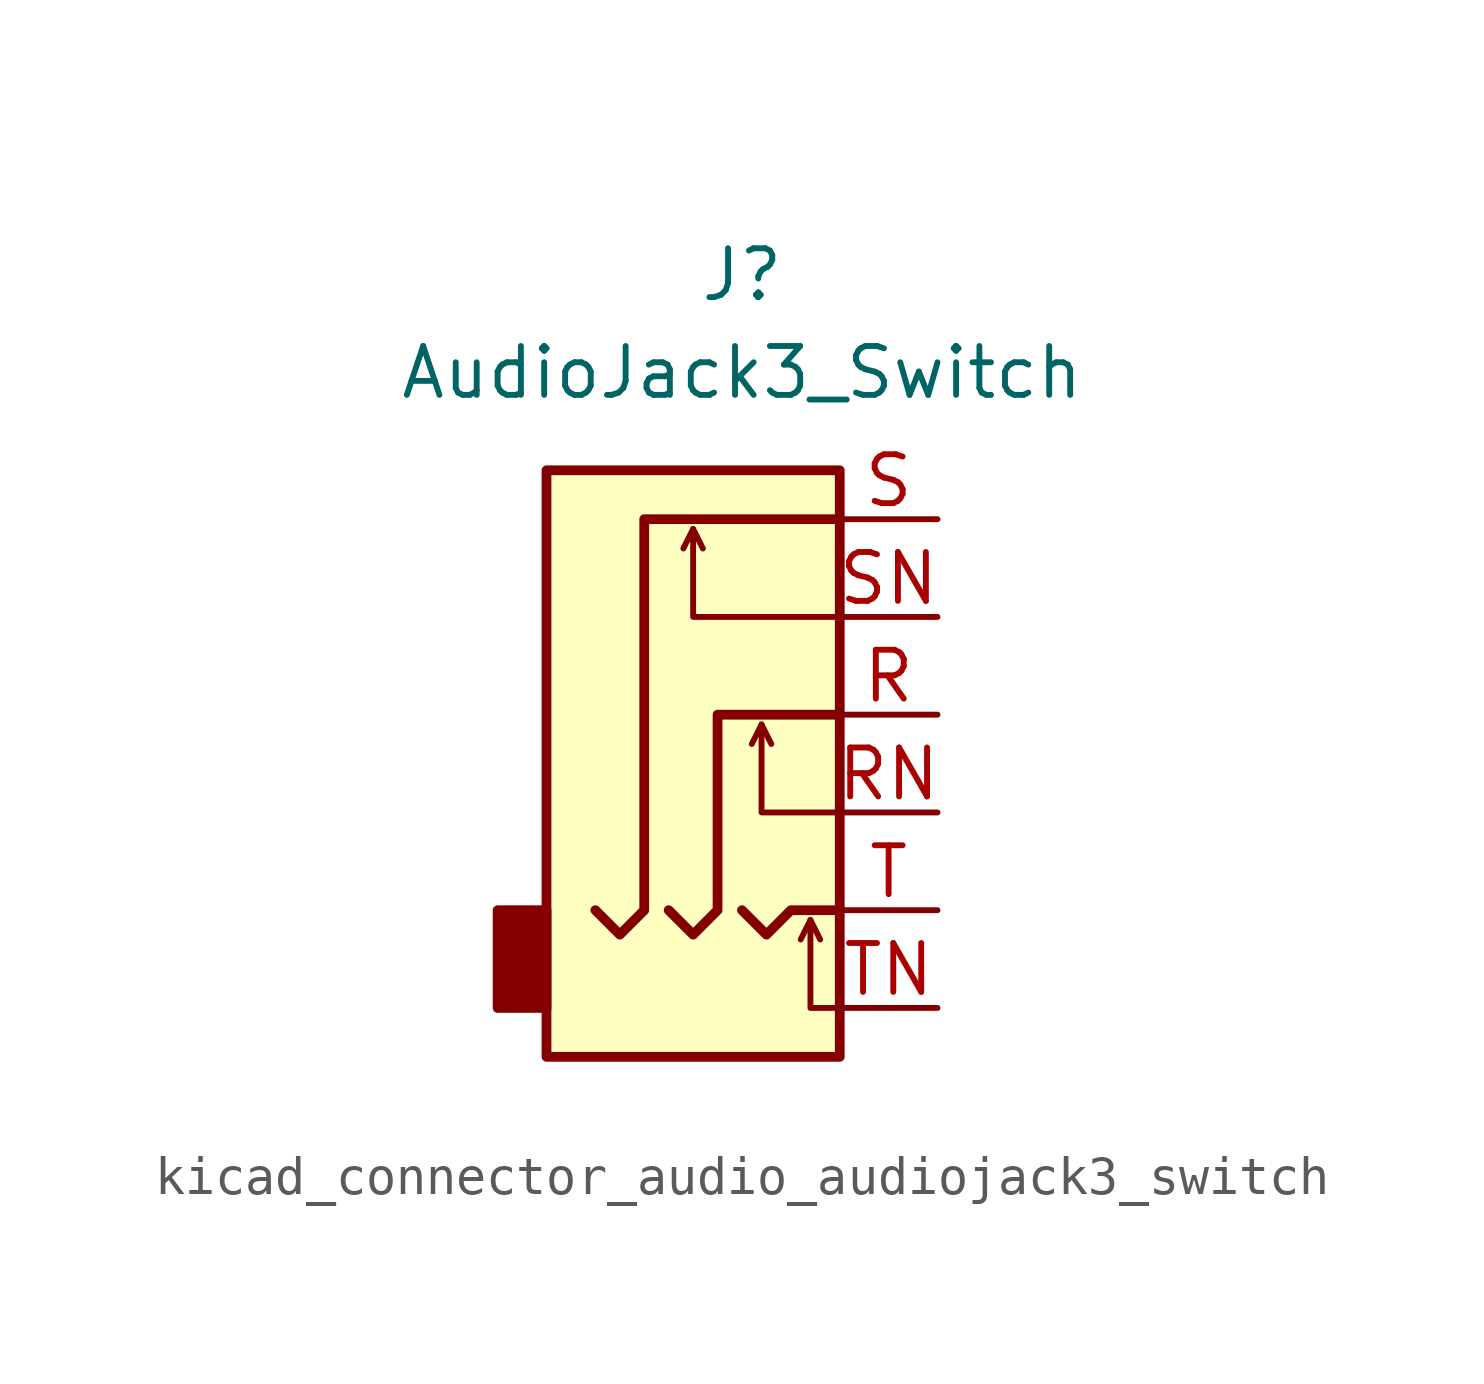
<source format=kicad_sym>
(kicad_symbol_lib
  (version 20220914)
  (generator kicad_symbol_editor)
  (symbol "kicad_connector_audio_audiojack3_switch"
    (property "Reference" "J"
      (at 0 11.43 0)
      (effects (font (size 1.27 1.27))))
    (property "Value" "AudioJack3_Switch"
      (at 0 8.89 0)
      (effects (font (size 1.27 1.27))))
    (symbol "kicad_connector_audio_audiojack3_switch_0_1"
      (rectangle (start -5.08 -5.08) (end -6.35 -7.62) (stroke (width 0.254) (type default)) (fill (type outline)))
      (polyline (pts (xy -1.27 4.826) (xy -1.016 4.318)) (stroke (width 0) (type default)) (fill (type none)))
      (polyline (pts (xy 0.508 -0.254) (xy 0.762 -0.762)) (stroke (width 0) (type default)) (fill (type none)))
      (polyline (pts (xy 1.778 -5.334) (xy 2.032 -5.842)) (stroke (width 0) (type default)) (fill (type none)))
      (polyline (pts (xy 0 -5.08) (xy 0.635 -5.715) (xy 1.27 -5.08) (xy 2.54 -5.08)) (stroke (width 0.254) (type default)) (fill (type none)))
      (polyline (pts (xy 2.54 -7.62) (xy 1.778 -7.62) (xy 1.778 -5.334) (xy 1.524 -5.842)) (stroke (width 0) (type default)) (fill (type none)))
      (polyline (pts (xy 2.54 -2.54) (xy 0.508 -2.54) (xy 0.508 -0.254) (xy 0.254 -0.762)) (stroke (width 0) (type default)) (fill (type none)))
      (polyline (pts (xy 2.54 2.54) (xy -1.27 2.54) (xy -1.27 4.826) (xy -1.524 4.318)) (stroke (width 0) (type default)) (fill (type none)))
      (polyline (pts (xy -1.905 -5.08) (xy -1.27 -5.715) (xy -0.635 -5.08) (xy -0.635 0) (xy 2.54 0)) (stroke (width 0.254) (type default)) (fill (type none)))
      (polyline (pts (xy 2.54 5.08) (xy -2.54 5.08) (xy -2.54 -5.08) (xy -3.175 -5.715) (xy -3.81 -5.08)) (stroke (width 0.254) (type default)) (fill (type none)))
      (rectangle (start 2.54 6.35) (end -5.08 -8.89) (stroke (width 0.254) (type default)) (fill (type background))))
    (symbol "kicad_connector_audio_audiojack3_switch_1_1"
      (pin passive line (at 5.08 0 180) (length 2.54) (name "~" (effects (font (size 1.27 1.27)))) (number "R" (effects (font (size 1.27 1.27)))))
      (pin passive line (at 5.08 -2.54 180) (length 2.54) (name "~" (effects (font (size 1.27 1.27)))) (number "RN" (effects (font (size 1.27 1.27)))))
      (pin passive line (at 5.08 5.08 180) (length 2.54) (name "~" (effects (font (size 1.27 1.27)))) (number "S" (effects (font (size 1.27 1.27)))))
      (pin passive line (at 5.08 2.54 180) (length 2.54) (name "~" (effects (font (size 1.27 1.27)))) (number "SN" (effects (font (size 1.27 1.27)))))
      (pin passive line (at 5.08 -5.08 180) (length 2.54) (name "~" (effects (font (size 1.27 1.27)))) (number "T" (effects (font (size 1.27 1.27)))))
      (pin passive line (at 5.08 -7.62 180) (length 2.54) (name "~" (effects (font (size 1.27 1.27)))) (number "TN" (effects (font (size 1.27 1.27))))))))
</source>
